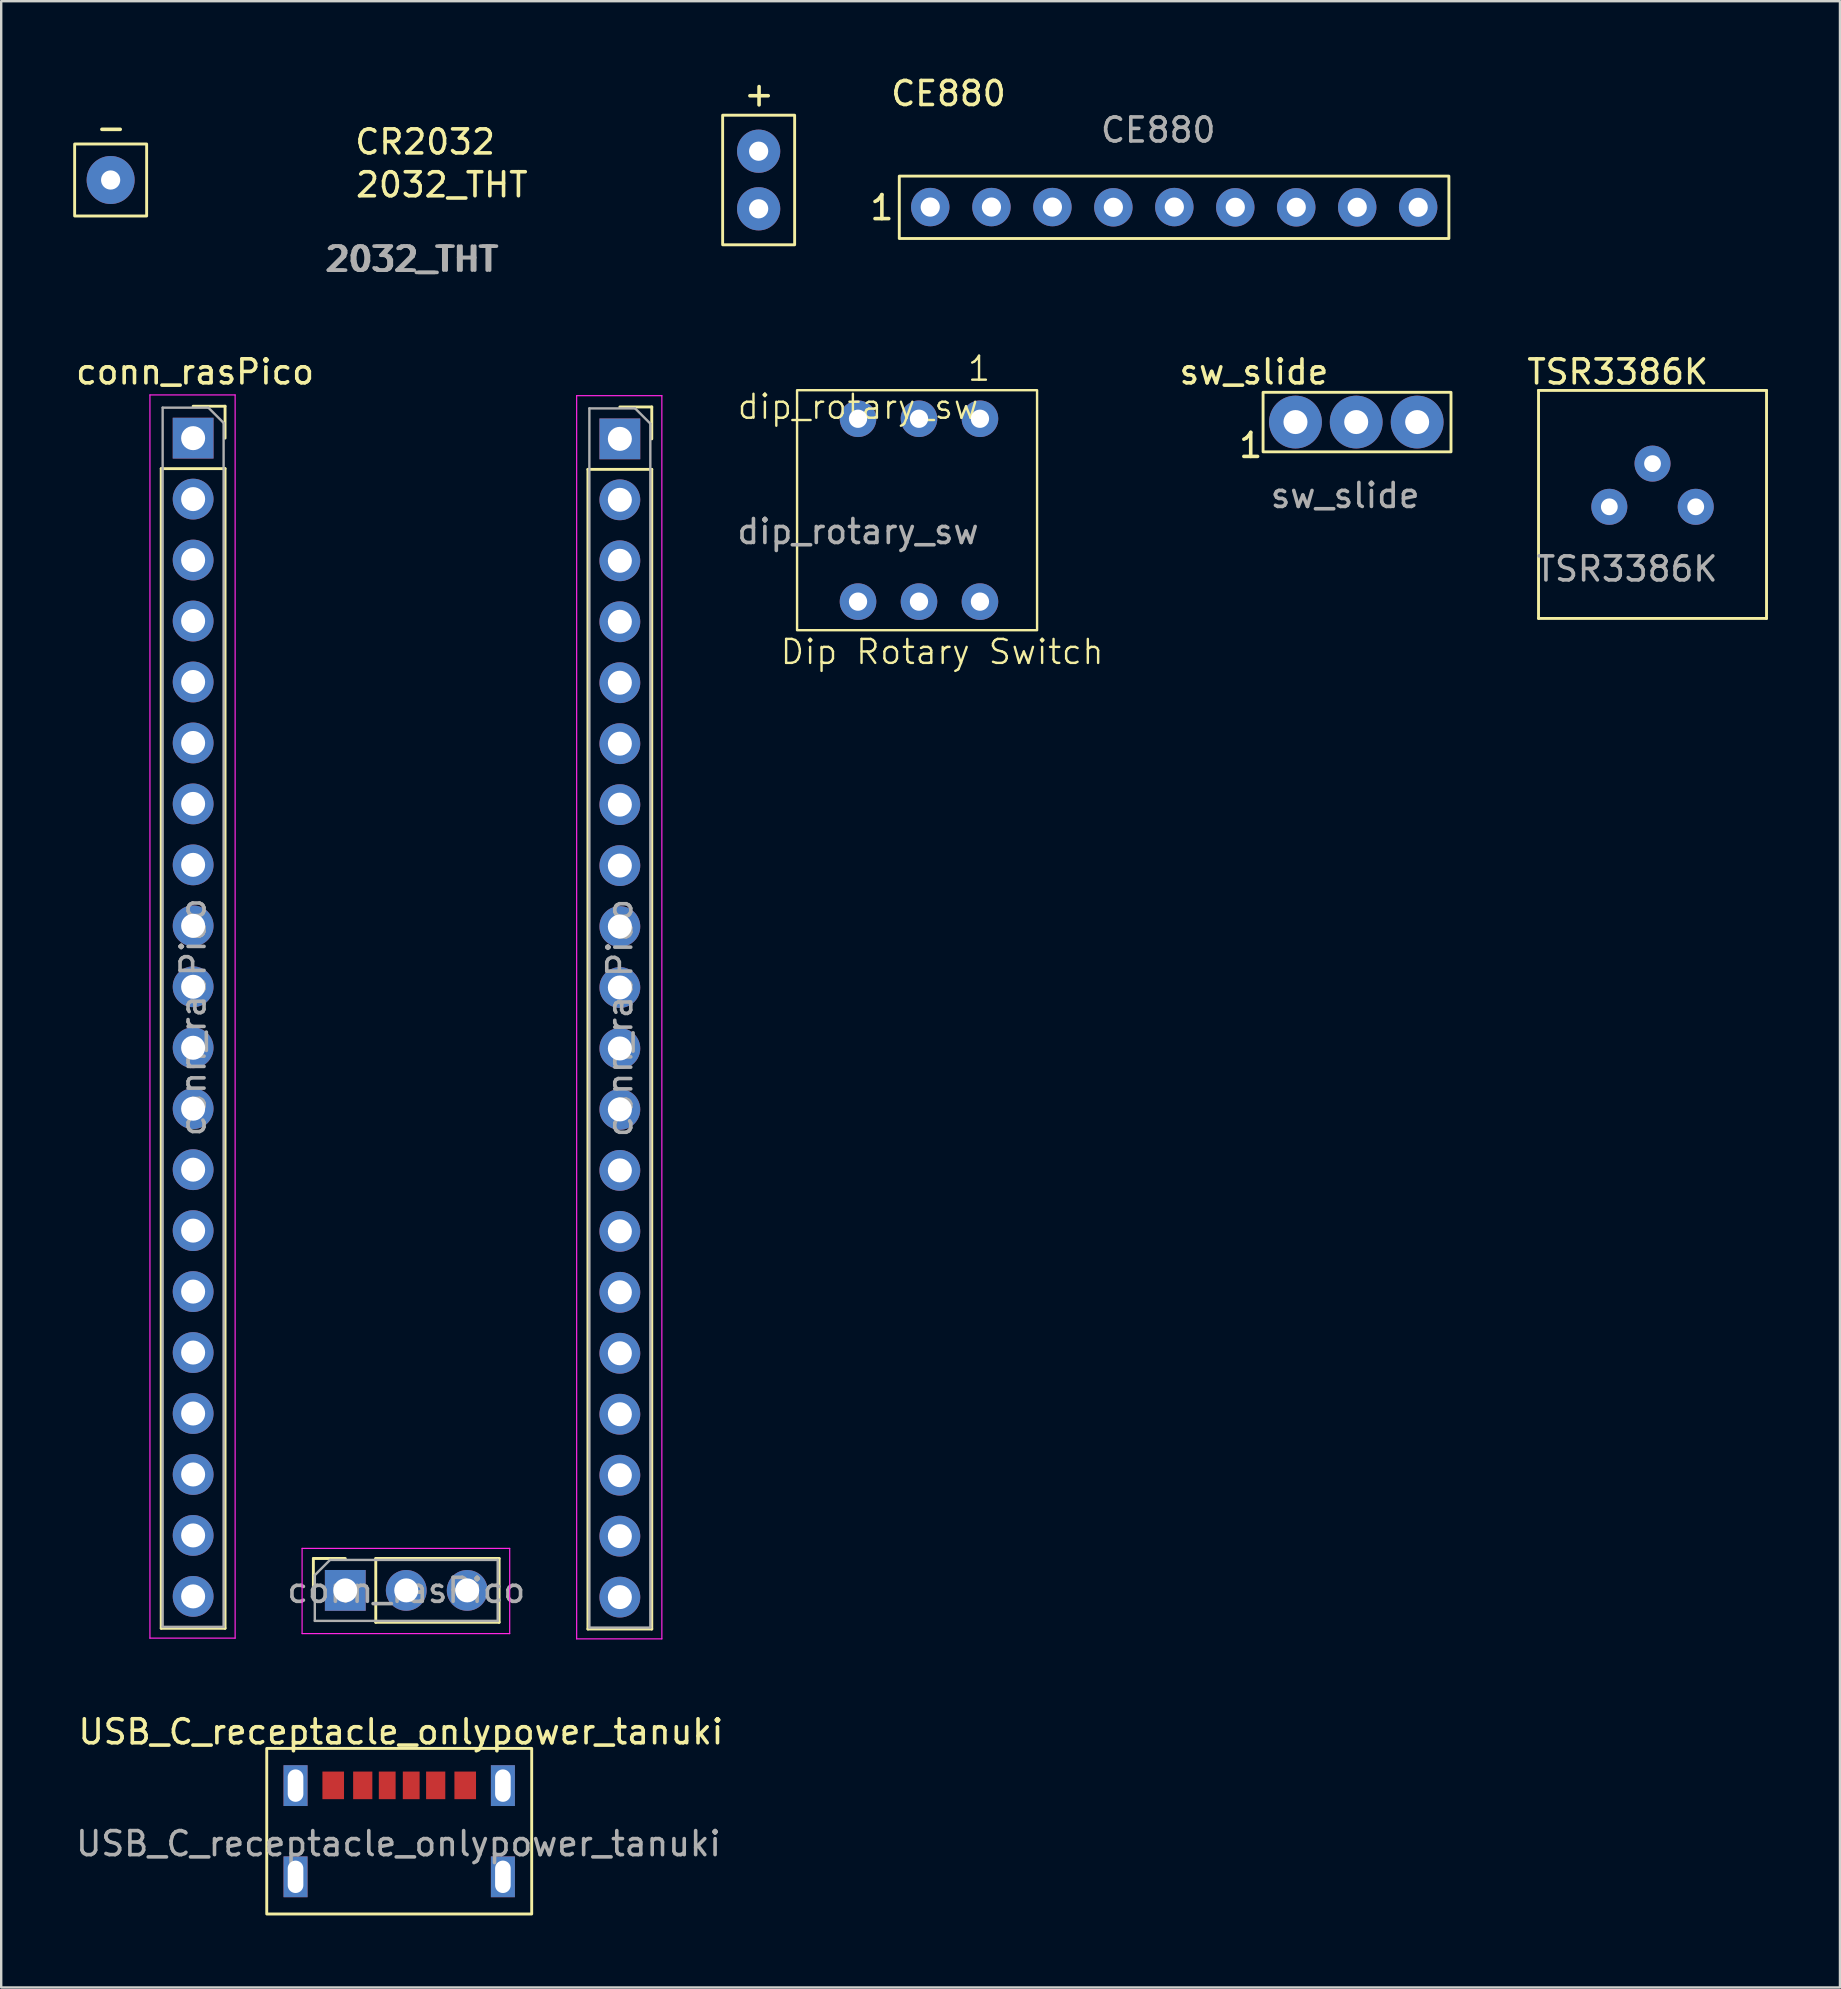
<source format=kicad_pcb>
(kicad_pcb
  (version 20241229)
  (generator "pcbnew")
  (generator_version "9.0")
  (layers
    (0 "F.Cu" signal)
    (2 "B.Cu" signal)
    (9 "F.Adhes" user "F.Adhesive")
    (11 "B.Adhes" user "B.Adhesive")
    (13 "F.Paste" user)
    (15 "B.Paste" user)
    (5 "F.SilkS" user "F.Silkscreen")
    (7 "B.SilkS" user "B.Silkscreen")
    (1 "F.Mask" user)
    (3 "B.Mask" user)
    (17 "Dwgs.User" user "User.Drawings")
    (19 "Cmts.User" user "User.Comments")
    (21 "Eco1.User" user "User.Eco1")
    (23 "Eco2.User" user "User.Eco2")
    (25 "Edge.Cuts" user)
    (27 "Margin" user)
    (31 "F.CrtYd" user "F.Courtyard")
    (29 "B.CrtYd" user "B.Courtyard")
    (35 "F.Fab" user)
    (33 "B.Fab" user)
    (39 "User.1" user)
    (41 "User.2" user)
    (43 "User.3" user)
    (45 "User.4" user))
  (footprint "CE880"
    (layer "F.Cu")
    (at 35.72 5.588)
    (property "Reference" "CE880" (at 0.75 -4.74 0) (unlocked yes) (layer "F.SilkS") (effects (font (size 1 1) (thickness 0.15))))
    (attr smd)
    (fp_rect (start -1.3 -1.3) (end 21.6 1.3) (stroke (width 0.12) (type default)) (fill no) (layer "F.SilkS"))
    (fp_text user "1" (at -2.6 0.6 0) (unlocked yes) (layer "F.SilkS") (effects (font (size 1 1) (thickness 0.15)) (justify left bottom)))
    (fp_text user "${REFERENCE}" (at 9.49 -3.22 0) (unlocked yes) (layer "F.Fab") (effects (font (size 1 1) (thickness 0.15))))
    (pad "1" thru_hole circle (at -0.01 -0.01) (size 1.6 1.6) (drill 0.8) (layers "*.Cu" "*.Mask"))
    (pad "2" thru_hole circle (at 2.54 -0.01) (size 1.6 1.6) (drill 0.8) (layers "*.Cu" "*.Mask"))
    (pad "3" thru_hole circle (at 5.08 -0.01) (size 1.6 1.6) (drill 0.8) (layers "*.Cu" "*.Mask"))
    (pad "4" thru_hole circle (at 7.62 0) (size 1.6 1.6) (drill 0.8) (layers "*.Cu" "*.Mask"))
    (pad "5" thru_hole circle (at 10.16 -0.01) (size 1.6 1.6) (drill 0.8) (layers "*.Cu" "*.Mask"))
    (pad "6" thru_hole circle (at 12.7 0) (size 1.6 1.6) (drill 0.8) (layers "*.Cu" "*.Mask"))
    (pad "7" thru_hole circle (at 15.24 0) (size 1.6 1.6) (drill 0.8) (layers "*.Cu" "*.Mask"))
    (pad "8" thru_hole circle (at 17.78 0) (size 1.6 1.6) (drill 0.8) (layers "*.Cu" "*.Mask"))
    (pad "9" thru_hole circle (at 20.32 0) (size 1.6 1.6) (drill 0.8) (layers "*.Cu" "*.Mask")))
  (footprint "conn_rasPico"
    (layer "F.Cu")
    (at 5.077 15.216)
    (property "Reference" "conn_rasPico" (at 0 -2.77 0) (layer "F.SilkS") (effects (font (size 1 1) (thickness 0.15))))
    (attr through_hole)
    (fp_line (start -1.41 1.26) (end -1.41 49.58) (stroke (width 0.12) (type solid)) (layer "F.SilkS"))
    (fp_line (start -1.41 1.26) (end 1.25 1.26) (stroke (width 0.12) (type solid)) (layer "F.SilkS"))
    (fp_line (start -1.41 49.58) (end 1.25 49.58) (stroke (width 0.12) (type solid)) (layer "F.SilkS"))
    (fp_line (start -0.08 -1.34) (end 1.25 -1.34) (stroke (width 0.12) (type solid)) (layer "F.SilkS"))
    (fp_line (start 1.25 -1.34) (end 1.25 -0.01) (stroke (width 0.12) (type solid)) (layer "F.SilkS"))
    (fp_line (start 1.25 1.26) (end 1.25 49.58) (stroke (width 0.12) (type solid)) (layer "F.SilkS"))
    (fp_line (start 4.93 46.67) (end 6.26 46.67) (stroke (width 0.12) (type solid)) (layer "F.SilkS"))
    (fp_line (start 4.93 48) (end 4.93 46.67) (stroke (width 0.12) (type solid)) (layer "F.SilkS"))
    (fp_line (start 7.53 46.67) (end 12.67 46.67) (stroke (width 0.12) (type solid)) (layer "F.SilkS"))
    (fp_line (start 7.53 49.33) (end 7.53 46.67) (stroke (width 0.12) (type solid)) (layer "F.SilkS"))
    (fp_line (start 7.53 49.33) (end 12.67 49.33) (stroke (width 0.12) (type solid)) (layer "F.SilkS"))
    (fp_line (start 12.67 49.33) (end 12.67 46.67) (stroke (width 0.12) (type solid)) (layer "F.SilkS"))
    (fp_line (start 16.37 1.29) (end 16.37 49.61) (stroke (width 0.12) (type solid)) (layer "F.SilkS"))
    (fp_line (start 16.37 1.29) (end 19.03 1.29) (stroke (width 0.12) (type solid)) (layer "F.SilkS"))
    (fp_line (start 16.37 49.61) (end 19.03 49.61) (stroke (width 0.12) (type solid)) (layer "F.SilkS"))
    (fp_line (start 17.7 -1.31) (end 19.03 -1.31) (stroke (width 0.12) (type solid)) (layer "F.SilkS"))
    (fp_line (start 19.03 -1.31) (end 19.03 0.02) (stroke (width 0.12) (type solid)) (layer "F.SilkS"))
    (fp_line (start 19.03 1.29) (end 19.03 49.61) (stroke (width 0.12) (type solid)) (layer "F.SilkS"))
    (fp_line (start -1.88 -1.81) (end 1.67 -1.81) (stroke (width 0.05) (type solid)) (layer "F.CrtYd"))
    (fp_line (start -1.88 49.99) (end -1.88 -1.81) (stroke (width 0.05) (type solid)) (layer "F.CrtYd"))
    (fp_line (start 1.67 -1.81) (end 1.67 49.99) (stroke (width 0.05) (type solid)) (layer "F.CrtYd"))
    (fp_line (start 1.67 49.99) (end -1.88 49.99) (stroke (width 0.05) (type solid)) (layer "F.CrtYd"))
    (fp_line (start 4.46 46.25) (end 13.11 46.25) (stroke (width 0.05) (type solid)) (layer "F.CrtYd"))
    (fp_line (start 4.46 49.8) (end 4.46 46.25) (stroke (width 0.05) (type solid)) (layer "F.CrtYd"))
    (fp_line (start 13.11 46.25) (end 13.11 49.8) (stroke (width 0.05) (type solid)) (layer "F.CrtYd"))
    (fp_line (start 13.11 49.8) (end 4.46 49.8) (stroke (width 0.05) (type solid)) (layer "F.CrtYd"))
    (fp_line (start 15.9 -1.78) (end 19.45 -1.78) (stroke (width 0.05) (type solid)) (layer "F.CrtYd"))
    (fp_line (start 15.9 50.02) (end 15.9 -1.78) (stroke (width 0.05) (type solid)) (layer "F.CrtYd"))
    (fp_line (start 19.45 -1.78) (end 19.45 50.02) (stroke (width 0.05) (type solid)) (layer "F.CrtYd"))
    (fp_line (start 19.45 50.02) (end 15.9 50.02) (stroke (width 0.05) (type solid)) (layer "F.CrtYd"))
    (fp_line (start -1.35 -1.28) (end 0.555 -1.28) (stroke (width 0.1) (type solid)) (layer "F.Fab"))
    (fp_line (start -1.35 49.52) (end -1.35 -1.28) (stroke (width 0.1) (type solid)) (layer "F.Fab"))
    (fp_line (start 0.555 -1.28) (end 1.19 -0.645) (stroke (width 0.1) (type solid)) (layer "F.Fab"))
    (fp_line (start 1.19 -0.645) (end 1.19 49.52) (stroke (width 0.1) (type solid)) (layer "F.Fab"))
    (fp_line (start 1.19 49.52) (end -1.35 49.52) (stroke (width 0.1) (type solid)) (layer "F.Fab"))
    (fp_line (start 4.99 47.365) (end 5.625 46.73) (stroke (width 0.1) (type solid)) (layer "F.Fab"))
    (fp_line (start 4.99 49.27) (end 4.99 47.365) (stroke (width 0.1) (type solid)) (layer "F.Fab"))
    (fp_line (start 5.625 46.73) (end 12.61 46.73) (stroke (width 0.1) (type solid)) (layer "F.Fab"))
    (fp_line (start 12.61 46.73) (end 12.61 49.27) (stroke (width 0.1) (type solid)) (layer "F.Fab"))
    (fp_line (start 12.61 49.27) (end 4.99 49.27) (stroke (width 0.1) (type solid)) (layer "F.Fab"))
    (fp_line (start 16.43 -1.25) (end 18.335 -1.25) (stroke (width 0.1) (type solid)) (layer "F.Fab"))
    (fp_line (start 16.43 49.55) (end 16.43 -1.25) (stroke (width 0.1) (type solid)) (layer "F.Fab"))
    (fp_line (start 18.335 -1.25) (end 18.97 -0.615) (stroke (width 0.1) (type solid)) (layer "F.Fab"))
    (fp_line (start 18.97 -0.615) (end 18.97 49.55) (stroke (width 0.1) (type solid)) (layer "F.Fab"))
    (fp_line (start 18.97 49.55) (end 16.43 49.55) (stroke (width 0.1) (type solid)) (layer "F.Fab"))
    (fp_text user "${REFERENCE}" (at 17.7 24.15 90) (layer "F.Fab") (effects (font (size 1 1) (thickness 0.15))))
    (fp_text user "${REFERENCE}" (at -0.08 24.12 90) (layer "F.Fab") (effects (font (size 1 1) (thickness 0.15))))
    (fp_text user "${REFERENCE}" (at 8.8 48 0) (layer "F.Fab") (effects (font (size 1 1) (thickness 0.15))))
    (pad "1" thru_hole rect (at -0.08 -0.01) (size 1.7 1.7) (drill 1) (layers "*.Cu" "*.Mask"))
    (pad "2" thru_hole oval (at -0.08 2.53) (size 1.7 1.7) (drill 1) (layers "*.Cu" "*.Mask"))
    (pad "3" thru_hole oval (at -0.08 5.07) (size 1.7 1.7) (drill 1) (layers "*.Cu" "*.Mask"))
    (pad "4" thru_hole oval (at -0.08 7.61) (size 1.7 1.7) (drill 1) (layers "*.Cu" "*.Mask"))
    (pad "5" thru_hole oval (at -0.08 10.15) (size 1.7 1.7) (drill 1) (layers "*.Cu" "*.Mask"))
    (pad "6" thru_hole oval (at -0.08 12.69) (size 1.7 1.7) (drill 1) (layers "*.Cu" "*.Mask"))
    (pad "7" thru_hole oval (at -0.08 15.23) (size 1.7 1.7) (drill 1) (layers "*.Cu" "*.Mask"))
    (pad "8" thru_hole oval (at -0.08 17.77) (size 1.7 1.7) (drill 1) (layers "*.Cu" "*.Mask"))
    (pad "9" thru_hole oval (at -0.08 20.31) (size 1.7 1.7) (drill 1) (layers "*.Cu" "*.Mask"))
    (pad "10" thru_hole oval (at -0.08 22.85) (size 1.7 1.7) (drill 1) (layers "*.Cu" "*.Mask"))
    (pad "11" thru_hole oval (at -0.08 25.39) (size 1.7 1.7) (drill 1) (layers "*.Cu" "*.Mask"))
    (pad "12" thru_hole oval (at -0.08 27.93) (size 1.7 1.7) (drill 1) (layers "*.Cu" "*.Mask"))
    (pad "13" thru_hole oval (at -0.08 30.47) (size 1.7 1.7) (drill 1) (layers "*.Cu" "*.Mask"))
    (pad "14" thru_hole oval (at -0.08 33.01) (size 1.7 1.7) (drill 1) (layers "*.Cu" "*.Mask"))
    (pad "15" thru_hole oval (at -0.08 35.55) (size 1.7 1.7) (drill 1) (layers "*.Cu" "*.Mask"))
    (pad "16" thru_hole oval (at -0.08 38.09) (size 1.7 1.7) (drill 1) (layers "*.Cu" "*.Mask"))
    (pad "17" thru_hole oval (at -0.08 40.63) (size 1.7 1.7) (drill 1) (layers "*.Cu" "*.Mask"))
    (pad "18" thru_hole oval (at -0.08 43.17) (size 1.7 1.7) (drill 1) (layers "*.Cu" "*.Mask"))
    (pad "19" thru_hole oval (at -0.08 45.71) (size 1.7 1.7) (drill 1) (layers "*.Cu" "*.Mask"))
    (pad "20" thru_hole oval (at -0.08 48.25) (size 1.7 1.7) (drill 1) (layers "*.Cu" "*.Mask"))
    (pad "21" thru_hole oval (at 17.7 48.28) (size 1.7 1.7) (drill 1) (layers "*.Cu" "*.Mask"))
    (pad "22" thru_hole oval (at 17.7 45.74) (size 1.7 1.7) (drill 1) (layers "*.Cu" "*.Mask"))
    (pad "23" thru_hole oval (at 17.7 43.2) (size 1.7 1.7) (drill 1) (layers "*.Cu" "*.Mask"))
    (pad "24" thru_hole oval (at 17.7 40.66) (size 1.7 1.7) (drill 1) (layers "*.Cu" "*.Mask"))
    (pad "25" thru_hole oval (at 17.7 38.12) (size 1.7 1.7) (drill 1) (layers "*.Cu" "*.Mask"))
    (pad "26" thru_hole oval (at 17.7 35.58) (size 1.7 1.7) (drill 1) (layers "*.Cu" "*.Mask"))
    (pad "27" thru_hole oval (at 17.7 33.04) (size 1.7 1.7) (drill 1) (layers "*.Cu" "*.Mask"))
    (pad "28" thru_hole oval (at 17.7 30.5) (size 1.7 1.7) (drill 1) (layers "*.Cu" "*.Mask"))
    (pad "29" thru_hole oval (at 17.7 27.96) (size 1.7 1.7) (drill 1) (layers "*.Cu" "*.Mask"))
    (pad "30" thru_hole oval (at 17.7 25.42) (size 1.7 1.7) (drill 1) (layers "*.Cu" "*.Mask"))
    (pad "31" thru_hole oval (at 17.7 22.88) (size 1.7 1.7) (drill 1) (layers "*.Cu" "*.Mask"))
    (pad "32" thru_hole oval (at 17.7 20.34) (size 1.7 1.7) (drill 1) (layers "*.Cu" "*.Mask"))
    (pad "33" thru_hole oval (at 17.7 17.8) (size 1.7 1.7) (drill 1) (layers "*.Cu" "*.Mask"))
    (pad "34" thru_hole oval (at 17.7 15.26) (size 1.7 1.7) (drill 1) (layers "*.Cu" "*.Mask"))
    (pad "35" thru_hole oval (at 17.7 12.72) (size 1.7 1.7) (drill 1) (layers "*.Cu" "*.Mask"))
    (pad "36" thru_hole oval (at 17.7 10.18) (size 1.7 1.7) (drill 1) (layers "*.Cu" "*.Mask"))
    (pad "37" thru_hole oval (at 17.7 7.64) (size 1.7 1.7) (drill 1) (layers "*.Cu" "*.Mask"))
    (pad "38" thru_hole oval (at 17.7 5.1) (size 1.7 1.7) (drill 1) (layers "*.Cu" "*.Mask"))
    (pad "39" thru_hole oval (at 17.7 2.56) (size 1.7 1.7) (drill 1) (layers "*.Cu" "*.Mask"))
    (pad "40" thru_hole rect (at 17.7 0.02) (size 1.7 1.7) (drill 1) (layers "*.Cu" "*.Mask"))
    (pad "41" thru_hole rect (at 6.26 48 90) (size 1.7 1.7) (drill 1) (layers "*.Cu" "*.Mask"))
    (pad "42" thru_hole oval (at 8.8 48 90) (size 1.7 1.7) (drill 1) (layers "*.Cu" "*.Mask"))
    (pad "43" thru_hole oval (at 11.34 48 90) (size 1.7 1.7) (drill 1) (layers "*.Cu" "*.Mask")))
  (footprint "TSR3386K"
    (layer "F.Cu")
    (at 64.005 18.067)
    (property "Reference" "TSR3386K" (at 0.35 -5.62 0) (unlocked yes) (layer "F.SilkS") (effects (font (size 1 1) (thickness 0.15))))
    (attr through_hole)
    (fp_line (start -2.95 -4.85) (end -2.95 4.65) (stroke (width 0.12) (type default)) (layer "F.SilkS"))
    (fp_line (start -2.95 4.65) (end 6.55 4.65) (stroke (width 0.12) (type default)) (layer "F.SilkS"))
    (fp_line (start 6.55 -4.85) (end -2.95 -4.85) (stroke (width 0.12) (type default)) (layer "F.SilkS"))
    (fp_line (start 6.55 4.65) (end 6.55 -4.85) (stroke (width 0.12) (type default)) (layer "F.SilkS"))
    (fp_text user "${REFERENCE}" (at 0.74 2.59 0) (unlocked yes) (layer "F.Fab") (effects (font (size 1 1) (thickness 0.15))))
    (pad "1" thru_hole circle (at 0 0) (size 1.5 1.5) (drill 0.7) (layers "*.Cu" "*.Mask"))
    (pad "2" thru_hole circle (at 1.8 -1.8) (size 1.5 1.5) (drill 0.7) (layers "*.Cu" "*.Mask"))
    (pad "3" thru_hole circle (at 3.6 0) (size 1.5 1.5) (drill 0.7) (layers "*.Cu" "*.Mask")))
  (footprint "2032_THT"
    (layer "F.Cu")
    (at 1.56 4.45)
    (property "Reference" "2032_THT" (at 13.8 0.2 0) (unlocked yes) (layer "F.SilkS") (effects (font (size 1 1) (thickness 0.15))))
    (attr through_hole)
    (fp_rect (start -1.5 -1.5) (end 1.5 1.5) (stroke (width 0.12) (type default)) (fill no) (layer "F.SilkS"))
    (fp_rect (start 25.5 -2.7) (end 28.5 2.7) (stroke (width 0.12) (type default)) (fill no) (layer "F.SilkS"))
    (fp_text user "-" (at -0.7 -1.6 0) (unlocked yes) (layer "F.SilkS") (effects (font (size 1 1) (thickness 0.15)) (justify left bottom)))
    (fp_text user "+" (at 26.3 -3 0) (unlocked yes) (layer "F.SilkS") (effects (font (size 1 1) (thickness 0.15)) (justify left bottom)))
    (fp_text user "CR2032" (at 10.1 -1 0) (unlocked yes) (layer "F.SilkS") (effects (font (size 1 1) (thickness 0.15)) (justify left bottom)))
    (fp_text user "${REFERENCE}" (at 12.6 3.3 0) (unlocked yes) (layer "F.Fab") (effects (font (size 1 1) (thickness 0.15))))
    (fp_text user "${REFERENCE}" (at 12.5 3.3 0) (unlocked yes) (layer "F.Fab") (effects (font (size 1 1) (thickness 0.15))))
    (pad "1" thru_hole circle (at 27 -1.2) (size 1.8 1.8) (drill 0.8) (layers "*.Cu" "*.Mask"))
    (pad "1" thru_hole circle (at 27 1.2) (size 1.8 1.8) (drill 0.8) (layers "*.Cu" "*.Mask"))
    (pad "2" thru_hole circle (at 0 0) (size 2 2) (drill 0.8) (layers "*.Cu" "*.Mask")))
  (footprint "sw_slide"
    (layer "F.Cu")
    (at 50.928 14.546)
    (property "Reference" "sw_slide" (at -1.73 -2.1 0) (unlocked yes) (layer "F.SilkS") (effects (font (size 1 1) (thickness 0.15))))
    (attr through_hole)
    (fp_rect (start -1.35 -1.25) (end 6.48 1.23) (stroke (width 0.12) (type default)) (fill no) (layer "F.SilkS"))
    (fp_text user "1" (at -2.44 1.55 0) (unlocked yes) (layer "F.SilkS") (effects (font (size 1 1) (thickness 0.15)) (justify left bottom)))
    (fp_text user "${REFERENCE}" (at 2.07 3.05 0) (unlocked yes) (layer "F.Fab") (effects (font (size 1 1) (thickness 0.15))))
    (pad "1" thru_hole circle (at 0 -0.01) (size 2.2 2.2) (drill 1) (layers "*.Cu" "*.Mask"))
    (pad "2" thru_hole circle (at 2.53 -0.01) (size 2.2 2.2) (drill 1) (layers "*.Cu" "*.Mask"))
    (pad "3" thru_hole circle (at 5.07 -0.01) (size 2.2 2.2) (drill 1) (layers "*.Cu" "*.Mask")))
  (footprint "dip_rotary_sw"
    (layer "F.Cu")
    (at 32.701 14.398)
    (property "Reference" "dip_rotary_sw" (at 0 -0.5 0) (unlocked yes) (layer "F.SilkS") (effects (font (size 1 1) (thickness 0.1))))
    (attr through_hole)
    (fp_rect (start -2.54 -1.19) (end 7.46 8.81) (stroke (width 0.1) (type default)) (fill no) (layer "F.SilkS"))
    (fp_text user "1" (at 4.5 -1.5 0) (unlocked yes) (layer "F.SilkS") (effects (font (size 1 1) (thickness 0.1)) (justify left bottom)))
    (fp_text user "Dip Rotary Switch" (at -3.3 10.3 0) (unlocked yes) (layer "F.SilkS") (effects (font (size 1 1) (thickness 0.1)) (justify left bottom)))
    (fp_text user "${REFERENCE}" (at 0 4.7 0) (unlocked yes) (layer "F.Fab") (effects (font (size 1 1) (thickness 0.15))))
    (pad "1" thru_hole circle (at 5.08 0) (size 1.524 1.524) (drill 0.762) (layers "*.Cu" "*.Mask"))
    (pad "2" thru_hole circle (at 0 7.62) (size 1.524 1.524) (drill 0.762) (layers "*.Cu" "*.Mask"))
    (pad "4" thru_hole circle (at 0 0) (size 1.524 1.524) (drill 0.762) (layers "*.Cu" "*.Mask"))
    (pad "8" thru_hole circle (at 5.08 7.62) (size 1.524 1.524) (drill 0.762) (layers "*.Cu" "*.Mask"))
    (pad "C" thru_hole circle (at 2.54 0) (size 1.524 1.524) (drill 0.762) (layers "*.Cu" "*.Mask"))
    (pad "C" thru_hole circle (at 2.54 7.62) (size 1.524 1.524) (drill 0.762) (layers "*.Cu" "*.Mask")))
  (footprint "USB_C_receptacle_onlypower_tanuki"
    (layer "F.Cu")
    (at 13.584 70.77)
    (property "Reference" "USB_C_receptacle_onlypower_tanuki" (at 0.07 -1.66 0) (unlocked yes) (layer "F.SilkS") (effects (font (size 1 1) (thickness 0.15))))
    (attr through_hole)
    (fp_rect (start -5.52 -0.97) (end 5.52 5.93) (stroke (width 0.12) (type default)) (fill no) (layer "F.SilkS"))
    (fp_text user "${REFERENCE}" (at -0.03 3 0) (unlocked yes) (layer "F.Fab") (effects (font (size 1 1) (thickness 0.15))))
    (pad "1" smd rect (at -2.75 0.57) (size 0.9 1.15) (layers "F.Cu" "F.Mask" "F.Paste"))
    (pad "2" smd rect (at -1.52 0.57) (size 0.8 1.15) (layers "F.Cu" "F.Mask" "F.Paste"))
    (pad "3" smd rect (at -0.5 0.57) (size 0.7 1.15) (layers "F.Cu" "F.Mask" "F.Paste"))
    (pad "4" smd rect (at 0.5 0.57) (size 0.7 1.15) (layers "F.Cu" "F.Mask" "F.Paste"))
    (pad "5" smd rect (at 1.52 0.57) (size 0.8 1.15) (layers "F.Cu" "F.Mask" "F.Paste"))
    (pad "6" smd rect (at 2.75 0.57) (size 0.9 1.15) (layers "F.Cu" "F.Mask" "F.Paste"))
    (pad "S0" thru_hole rect (at -4.32 0.58) (size 1 1.7) (drill oval 0.65 1.35) (layers "*.Cu" "*.Mask"))
    (pad "S1" thru_hole rect (at -4.32 4.38) (size 1 1.7) (drill oval 0.65 1.35) (layers "*.Cu" "*.Mask"))
    (pad "S2" thru_hole rect (at 4.32 4.38) (size 1 1.7) (drill oval 0.65 1.35) (layers "*.Cu" "*.Mask"))
    (pad "S3" thru_hole rect (at 4.32 0.58) (size 1 1.7) (drill oval 0.65 1.35) (layers "*.Cu" "*.Mask")))
  (gr_rect
    (start -3 -3)
    (end 73.615 79.76)
    (stroke (width 0.1) (type default))
    (fill no)
    (layer "Edge.Cuts")))
</source>
